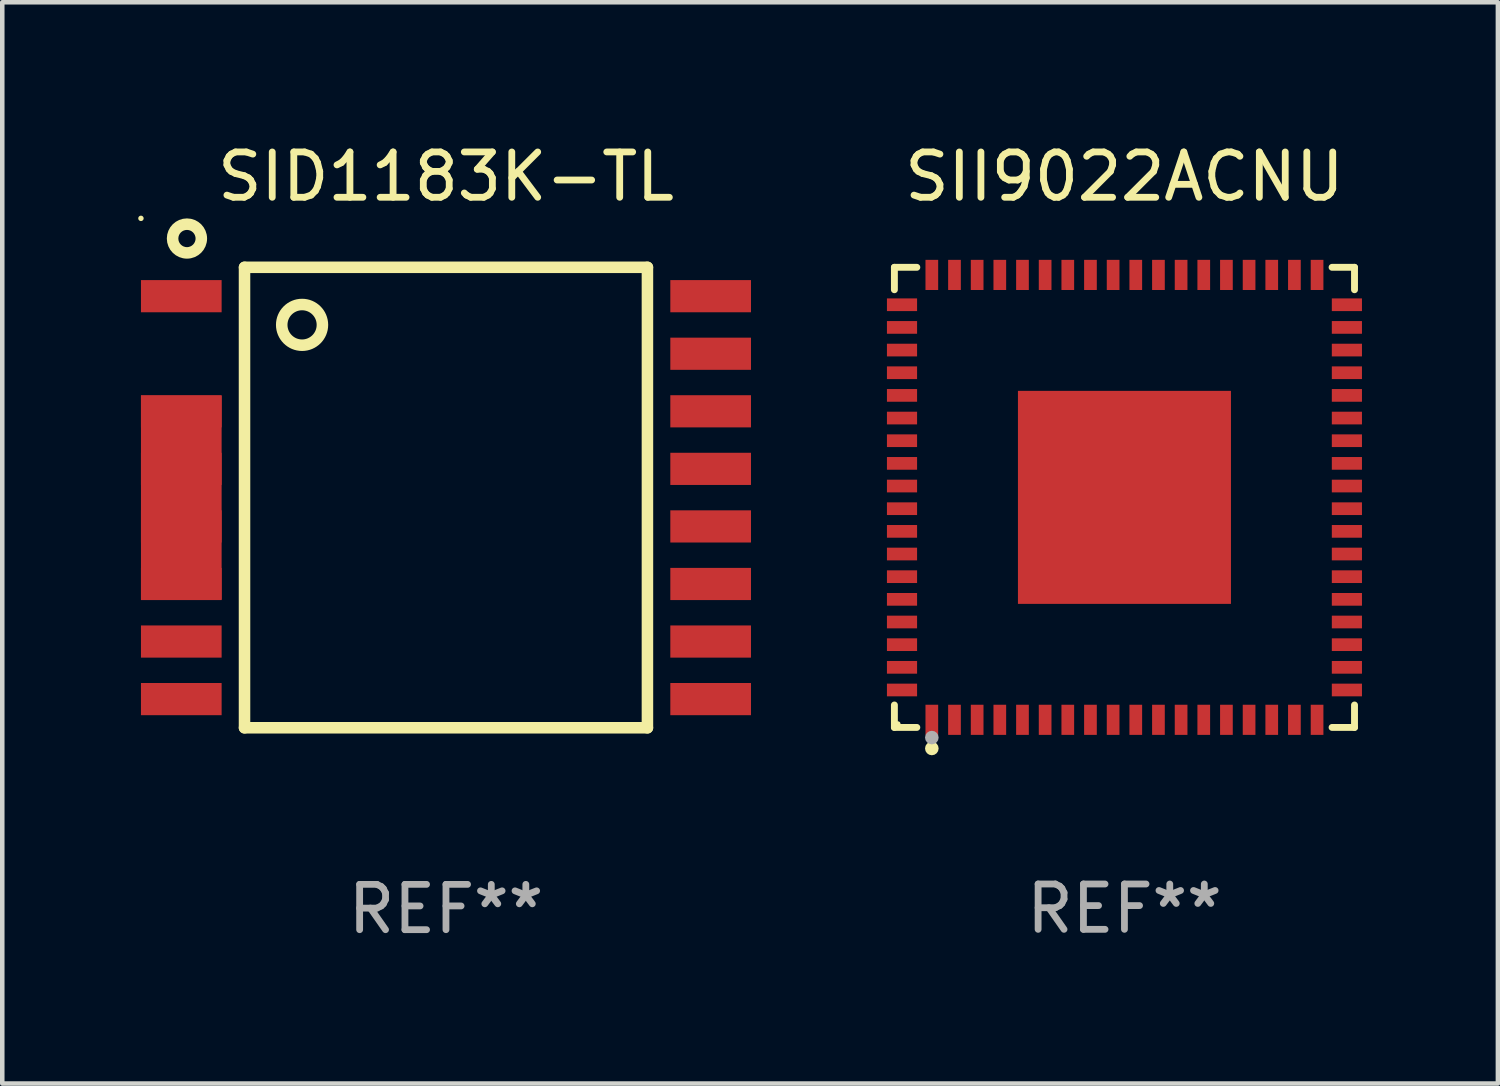
<source format=kicad_pcb>
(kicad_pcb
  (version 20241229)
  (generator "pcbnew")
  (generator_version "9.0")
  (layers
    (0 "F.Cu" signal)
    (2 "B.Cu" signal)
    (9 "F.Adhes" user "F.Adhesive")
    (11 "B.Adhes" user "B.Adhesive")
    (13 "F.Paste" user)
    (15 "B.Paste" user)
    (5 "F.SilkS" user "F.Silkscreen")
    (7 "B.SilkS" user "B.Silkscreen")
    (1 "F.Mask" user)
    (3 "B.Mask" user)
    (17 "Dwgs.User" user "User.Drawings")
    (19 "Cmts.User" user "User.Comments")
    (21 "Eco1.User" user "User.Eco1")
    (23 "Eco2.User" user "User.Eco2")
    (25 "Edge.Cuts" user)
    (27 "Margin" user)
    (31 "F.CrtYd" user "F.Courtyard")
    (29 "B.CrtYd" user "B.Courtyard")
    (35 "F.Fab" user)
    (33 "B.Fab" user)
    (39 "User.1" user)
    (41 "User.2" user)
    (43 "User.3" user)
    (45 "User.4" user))
  (footprint "SII9022ACNU"
    (layer "F.Cu")
    (at 21.76 7.924)
    (property "Reference" "SII9022ACNU" (at 0 -7.076 0) (layer "F.SilkS") (effects (font (size 1 1) (thickness 0.15))))
    (attr through_hole)
    (fp_line (start -5.076 -5.076) (end -4.581 -5.076) (stroke (width 0.152) (type solid)) (layer "F.SilkS"))
    (fp_line (start -5.076 -4.581) (end -5.076 -5.076) (stroke (width 0.152) (type solid)) (layer "F.SilkS"))
    (fp_line (start -5.076 4.581) (end -5.076 5.076) (stroke (width 0.152) (type solid)) (layer "F.SilkS"))
    (fp_line (start -5.076 5.076) (end -4.581 5.076) (stroke (width 0.152) (type solid)) (layer "F.SilkS"))
    (fp_line (start 5.076 -5.076) (end 4.581 -5.076) (stroke (width 0.152) (type solid)) (layer "F.SilkS"))
    (fp_line (start 5.076 -4.581) (end 5.076 -5.076) (stroke (width 0.152) (type solid)) (layer "F.SilkS"))
    (fp_line (start 5.076 4.581) (end 5.076 5.076) (stroke (width 0.152) (type solid)) (layer "F.SilkS"))
    (fp_line (start 5.076 5.076) (end 4.581 5.076) (stroke (width 0.152) (type solid)) (layer "F.SilkS"))
    (fp_circle (center -5 5) (end -4.97 5) (stroke (width 0.06) (type solid)) (fill no) (layer "F.SilkS"))
    (fp_circle (center -4.25 5.54) (end -4.175 5.54) (stroke (width 0.15) (type solid)) (fill no) (layer "F.SilkS"))
    (fp_circle (center -4.25 5.3) (end -4.175 5.3) (stroke (width 0.15) (type solid)) (fill no) (layer "F.Fab"))
    (fp_text user "REF**" (at 0 9.076 0) (layer "F.Fab") (effects (font (size 1 1) (thickness 0.15))))
    (pad "1" smd rect (at -4.25 4.908) (size 0.28 0.665) (layers "F.Cu" "F.Mask" "F.Paste"))
    (pad "2" smd rect (at -3.75 4.908) (size 0.28 0.665) (layers "F.Cu" "F.Mask" "F.Paste"))
    (pad "3" smd rect (at -3.25 4.908) (size 0.28 0.665) (layers "F.Cu" "F.Mask" "F.Paste"))
    (pad "4" smd rect (at -2.75 4.908) (size 0.28 0.665) (layers "F.Cu" "F.Mask" "F.Paste"))
    (pad "5" smd rect (at -2.25 4.908) (size 0.28 0.665) (layers "F.Cu" "F.Mask" "F.Paste"))
    (pad "6" smd rect (at -1.75 4.908) (size 0.28 0.665) (layers "F.Cu" "F.Mask" "F.Paste"))
    (pad "7" smd rect (at -1.25 4.908) (size 0.28 0.665) (layers "F.Cu" "F.Mask" "F.Paste"))
    (pad "8" smd rect (at -0.75 4.908) (size 0.28 0.665) (layers "F.Cu" "F.Mask" "F.Paste"))
    (pad "9" smd rect (at -0.25 4.908) (size 0.28 0.665) (layers "F.Cu" "F.Mask" "F.Paste"))
    (pad "10" smd rect (at 0.25 4.908) (size 0.28 0.665) (layers "F.Cu" "F.Mask" "F.Paste"))
    (pad "11" smd rect (at 0.75 4.908) (size 0.28 0.665) (layers "F.Cu" "F.Mask" "F.Paste"))
    (pad "12" smd rect (at 1.25 4.908) (size 0.28 0.665) (layers "F.Cu" "F.Mask" "F.Paste"))
    (pad "13" smd rect (at 1.75 4.908) (size 0.28 0.665) (layers "F.Cu" "F.Mask" "F.Paste"))
    (pad "14" smd rect (at 2.25 4.908) (size 0.28 0.665) (layers "F.Cu" "F.Mask" "F.Paste"))
    (pad "15" smd rect (at 2.75 4.908) (size 0.28 0.665) (layers "F.Cu" "F.Mask" "F.Paste"))
    (pad "16" smd rect (at 3.25 4.908) (size 0.28 0.665) (layers "F.Cu" "F.Mask" "F.Paste"))
    (pad "17" smd rect (at 3.75 4.908) (size 0.28 0.665) (layers "F.Cu" "F.Mask" "F.Paste"))
    (pad "18" smd rect (at 4.25 4.908) (size 0.28 0.665) (layers "F.Cu" "F.Mask" "F.Paste"))
    (pad "19" smd rect (at 4.908 4.25) (size 0.665 0.28) (layers "F.Cu" "F.Mask" "F.Paste"))
    (pad "20" smd rect (at 4.908 3.75) (size 0.665 0.28) (layers "F.Cu" "F.Mask" "F.Paste"))
    (pad "21" smd rect (at 4.908 3.25) (size 0.665 0.28) (layers "F.Cu" "F.Mask" "F.Paste"))
    (pad "22" smd rect (at 4.908 2.75) (size 0.665 0.28) (layers "F.Cu" "F.Mask" "F.Paste"))
    (pad "23" smd rect (at 4.908 2.25) (size 0.665 0.28) (layers "F.Cu" "F.Mask" "F.Paste"))
    (pad "24" smd rect (at 4.908 1.75) (size 0.665 0.28) (layers "F.Cu" "F.Mask" "F.Paste"))
    (pad "25" smd rect (at 4.908 1.25) (size 0.665 0.28) (layers "F.Cu" "F.Mask" "F.Paste"))
    (pad "26" smd rect (at 4.908 0.75) (size 0.665 0.28) (layers "F.Cu" "F.Mask" "F.Paste"))
    (pad "27" smd rect (at 4.908 0.25) (size 0.665 0.28) (layers "F.Cu" "F.Mask" "F.Paste"))
    (pad "28" smd rect (at 4.908 -0.25) (size 0.665 0.28) (layers "F.Cu" "F.Mask" "F.Paste"))
    (pad "29" smd rect (at 4.908 -0.75) (size 0.665 0.28) (layers "F.Cu" "F.Mask" "F.Paste"))
    (pad "30" smd rect (at 4.908 -1.25) (size 0.665 0.28) (layers "F.Cu" "F.Mask" "F.Paste"))
    (pad "31" smd rect (at 4.908 -1.75) (size 0.665 0.28) (layers "F.Cu" "F.Mask" "F.Paste"))
    (pad "32" smd rect (at 4.908 -2.25) (size 0.665 0.28) (layers "F.Cu" "F.Mask" "F.Paste"))
    (pad "33" smd rect (at 4.908 -2.75) (size 0.665 0.28) (layers "F.Cu" "F.Mask" "F.Paste"))
    (pad "34" smd rect (at 4.908 -3.25) (size 0.665 0.28) (layers "F.Cu" "F.Mask" "F.Paste"))
    (pad "35" smd rect (at 4.908 -3.75) (size 0.665 0.28) (layers "F.Cu" "F.Mask" "F.Paste"))
    (pad "36" smd rect (at 4.908 -4.25) (size 0.665 0.28) (layers "F.Cu" "F.Mask" "F.Paste"))
    (pad "37" smd rect (at 4.25 -4.908) (size 0.28 0.665) (layers "F.Cu" "F.Mask" "F.Paste"))
    (pad "38" smd rect (at 3.75 -4.908) (size 0.28 0.665) (layers "F.Cu" "F.Mask" "F.Paste"))
    (pad "39" smd rect (at 3.25 -4.908) (size 0.28 0.665) (layers "F.Cu" "F.Mask" "F.Paste"))
    (pad "40" smd rect (at 2.75 -4.908) (size 0.28 0.665) (layers "F.Cu" "F.Mask" "F.Paste"))
    (pad "41" smd rect (at 2.25 -4.908) (size 0.28 0.665) (layers "F.Cu" "F.Mask" "F.Paste"))
    (pad "42" smd rect (at 1.75 -4.908) (size 0.28 0.665) (layers "F.Cu" "F.Mask" "F.Paste"))
    (pad "43" smd rect (at 1.25 -4.908) (size 0.28 0.665) (layers "F.Cu" "F.Mask" "F.Paste"))
    (pad "44" smd rect (at 0.75 -4.908) (size 0.28 0.665) (layers "F.Cu" "F.Mask" "F.Paste"))
    (pad "45" smd rect (at 0.25 -4.908) (size 0.28 0.665) (layers "F.Cu" "F.Mask" "F.Paste"))
    (pad "46" smd rect (at -0.25 -4.908) (size 0.28 0.665) (layers "F.Cu" "F.Mask" "F.Paste"))
    (pad "47" smd rect (at -0.75 -4.908) (size 0.28 0.665) (layers "F.Cu" "F.Mask" "F.Paste"))
    (pad "48" smd rect (at -1.25 -4.908) (size 0.28 0.665) (layers "F.Cu" "F.Mask" "F.Paste"))
    (pad "49" smd rect (at -1.75 -4.908) (size 0.28 0.665) (layers "F.Cu" "F.Mask" "F.Paste"))
    (pad "50" smd rect (at -2.25 -4.908) (size 0.28 0.665) (layers "F.Cu" "F.Mask" "F.Paste"))
    (pad "51" smd rect (at -2.75 -4.908) (size 0.28 0.665) (layers "F.Cu" "F.Mask" "F.Paste"))
    (pad "52" smd rect (at -3.25 -4.908) (size 0.28 0.665) (layers "F.Cu" "F.Mask" "F.Paste"))
    (pad "53" smd rect (at -3.75 -4.908) (size 0.28 0.665) (layers "F.Cu" "F.Mask" "F.Paste"))
    (pad "54" smd rect (at -4.25 -4.908) (size 0.28 0.665) (layers "F.Cu" "F.Mask" "F.Paste"))
    (pad "55" smd rect (at -4.908 -4.25) (size 0.665 0.28) (layers "F.Cu" "F.Mask" "F.Paste"))
    (pad "56" smd rect (at -4.908 -3.75) (size 0.665 0.28) (layers "F.Cu" "F.Mask" "F.Paste"))
    (pad "57" smd rect (at -4.908 -3.25) (size 0.665 0.28) (layers "F.Cu" "F.Mask" "F.Paste"))
    (pad "58" smd rect (at -4.908 -2.75) (size 0.665 0.28) (layers "F.Cu" "F.Mask" "F.Paste"))
    (pad "59" smd rect (at -4.908 -2.25) (size 0.665 0.28) (layers "F.Cu" "F.Mask" "F.Paste"))
    (pad "60" smd rect (at -4.908 -1.75) (size 0.665 0.28) (layers "F.Cu" "F.Mask" "F.Paste"))
    (pad "61" smd rect (at -4.908 -1.25) (size 0.665 0.28) (layers "F.Cu" "F.Mask" "F.Paste"))
    (pad "62" smd rect (at -4.908 -0.75) (size 0.665 0.28) (layers "F.Cu" "F.Mask" "F.Paste"))
    (pad "63" smd rect (at -4.908 -0.25) (size 0.665 0.28) (layers "F.Cu" "F.Mask" "F.Paste"))
    (pad "64" smd rect (at -4.908 0.25) (size 0.665 0.28) (layers "F.Cu" "F.Mask" "F.Paste"))
    (pad "65" smd rect (at -4.908 0.75) (size 0.665 0.28) (layers "F.Cu" "F.Mask" "F.Paste"))
    (pad "66" smd rect (at -4.908 1.25) (size 0.665 0.28) (layers "F.Cu" "F.Mask" "F.Paste"))
    (pad "67" smd rect (at -4.908 1.75) (size 0.665 0.28) (layers "F.Cu" "F.Mask" "F.Paste"))
    (pad "68" smd rect (at -4.908 2.25) (size 0.665 0.28) (layers "F.Cu" "F.Mask" "F.Paste"))
    (pad "69" smd rect (at -4.908 2.75) (size 0.665 0.28) (layers "F.Cu" "F.Mask" "F.Paste"))
    (pad "70" smd rect (at -4.908 3.25) (size 0.665 0.28) (layers "F.Cu" "F.Mask" "F.Paste"))
    (pad "71" smd rect (at -4.908 3.75) (size 0.665 0.28) (layers "F.Cu" "F.Mask" "F.Paste"))
    (pad "72" smd rect (at -4.908 4.25) (size 0.665 0.28) (layers "F.Cu" "F.Mask" "F.Paste"))
    (pad "73" smd rect (at 0 0) (size 4.7 4.7) (layers "F.Cu" "F.Mask" "F.Paste")))
  (footprint "SID1183K-TL"
    (layer "F.Cu")
    (at 6.79 7.928)
    (property "Reference" "SID1183K-TL" (at 0 -7.08 0) (layer "F.SilkS") (effects (font (size 1 1) (thickness 0.15))))
    (attr through_hole)
    (fp_line (start -4.445 -5.08) (end -4.445 5.08) (stroke (width 0.254) (type solid)) (layer "F.SilkS"))
    (fp_line (start -4.445 -5.08) (end 4.445 -5.08) (stroke (width 0.254) (type solid)) (layer "F.SilkS"))
    (fp_line (start -4.445 5.08) (end 4.445 5.08) (stroke (width 0.254) (type solid)) (layer "F.SilkS"))
    (fp_line (start 4.445 -5.08) (end 4.445 5.08) (stroke (width 0.254) (type solid)) (layer "F.SilkS"))
    (fp_circle (center -6.73 -6.16) (end -6.7 -6.16) (stroke (width 0.06) (type solid)) (fill no) (layer "F.SilkS"))
    (fp_circle (center -5.715 -5.715) (end -5.398 -5.715) (stroke (width 0.254) (type solid)) (fill no) (layer "F.SilkS"))
    (fp_circle (center -3.175 -3.81) (end -2.726 -3.81) (stroke (width 0.254) (type solid)) (fill no) (layer "F.SilkS"))
    (fp_text user "REF**" (at 0 9.08 0) (layer "F.Fab") (effects (font (size 1 1) (thickness 0.15))))
    (pad "1" smd rect (at -5.84 -4.443 90) (size 0.71 1.78) (layers "F.Cu" "F.Mask" "F.Paste"))
    (pad "3" smd rect (at -5.84 -1.903 90) (size 0.71 1.78) (layers "F.Cu" "F.Mask" "F.Paste"))
    (pad "3" smd rect (at -5.84 0.002 90) (size 4.5 1.78) (layers "F.Cu" "F.Mask" "F.Paste"))
    (pad "4" smd rect (at -5.84 -0.633 90) (size 0.71 1.78) (layers "F.Cu" "F.Mask" "F.Paste"))
    (pad "5" smd rect (at -5.84 0.637 90) (size 0.71 1.78) (layers "F.Cu" "F.Mask" "F.Paste"))
    (pad "6" smd rect (at -5.84 1.907 90) (size 0.71 1.78) (layers "F.Cu" "F.Mask" "F.Paste"))
    (pad "7" smd rect (at -5.84 3.177 90) (size 0.71 1.78) (layers "F.Cu" "F.Mask" "F.Paste"))
    (pad "8" smd rect (at -5.84 4.447 90) (size 0.71 1.78) (layers "F.Cu" "F.Mask" "F.Paste"))
    (pad "9" smd rect (at 5.84 4.447 90) (size 0.71 1.78) (layers "F.Cu" "F.Mask" "F.Paste"))
    (pad "10" smd rect (at 5.84 3.177 90) (size 0.71 1.78) (layers "F.Cu" "F.Mask" "F.Paste"))
    (pad "11" smd rect (at 5.84 1.907 90) (size 0.71 1.78) (layers "F.Cu" "F.Mask" "F.Paste"))
    (pad "12" smd rect (at 5.84 0.637 90) (size 0.71 1.78) (layers "F.Cu" "F.Mask" "F.Paste"))
    (pad "13" smd rect (at 5.84 -0.633 90) (size 0.71 1.78) (layers "F.Cu" "F.Mask" "F.Paste"))
    (pad "14" smd rect (at 5.84 -1.903 90) (size 0.71 1.78) (layers "F.Cu" "F.Mask" "F.Paste"))
    (pad "15" smd rect (at 5.84 -3.173 90) (size 0.71 1.78) (layers "F.Cu" "F.Mask" "F.Paste"))
    (pad "16" smd rect (at 5.84 -4.443 90) (size 0.71 1.78) (layers "F.Cu" "F.Mask" "F.Paste")))
  (gr_rect
    (start -3 -3)
    (end 30 20.857)
    (stroke (width 0.1) (type default))
    (fill no)
    (layer "Edge.Cuts")))
</source>
